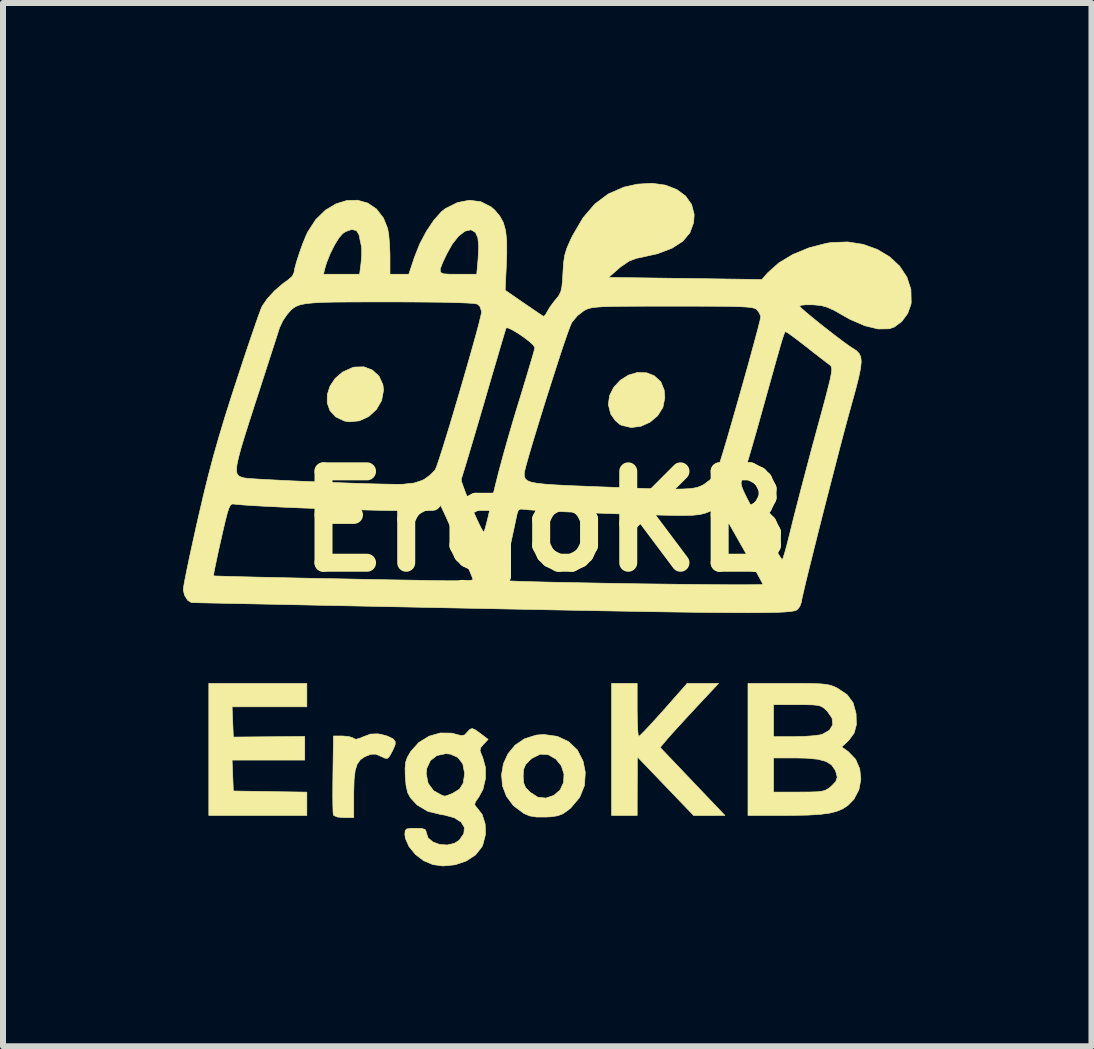
<source format=kicad_pcb>
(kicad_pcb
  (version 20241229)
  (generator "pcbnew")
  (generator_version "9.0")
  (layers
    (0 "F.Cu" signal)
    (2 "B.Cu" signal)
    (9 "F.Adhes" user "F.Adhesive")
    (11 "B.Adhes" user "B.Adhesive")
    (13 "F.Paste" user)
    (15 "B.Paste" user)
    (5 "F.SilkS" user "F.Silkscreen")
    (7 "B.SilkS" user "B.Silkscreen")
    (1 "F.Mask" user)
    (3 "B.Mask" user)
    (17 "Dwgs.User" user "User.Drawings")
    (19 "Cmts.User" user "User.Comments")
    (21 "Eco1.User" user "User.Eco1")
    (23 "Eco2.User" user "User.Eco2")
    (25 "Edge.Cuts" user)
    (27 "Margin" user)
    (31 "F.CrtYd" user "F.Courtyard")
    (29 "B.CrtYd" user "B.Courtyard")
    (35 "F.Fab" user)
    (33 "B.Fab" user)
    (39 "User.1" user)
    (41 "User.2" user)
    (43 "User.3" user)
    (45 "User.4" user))
  (footprint "ErgoKB"
    (layer "F.Cu")
    (at 6.044 5.642)
    (property "Reference" "ErgoKB" (at 0 0 0) (layer "F.SilkS") (effects (font (size 1.524 1.524) (thickness 0.3))))
    (attr through_hole)
    (fp_poly (pts (xy -3.979 3.091) (xy -5.225 3.091) (xy -5.204 3.595) (xy -4.014 3.585) (xy -4.014 3.979) (xy -5.225 3.979) (xy -5.204 4.494) (xy -4.592 4.504) (xy -3.979 4.513) (xy -3.979 4.902) (xy -5.613 4.902) (xy -5.613 2.7) (xy -3.979 2.7) (xy -3.979 3.091)) (stroke (width 0.01) (type solid)) (fill yes) (layer "F.SilkS"))
    (fp_poly (pts (xy -2.885 -2.522) (xy -2.775 -2.42) (xy -2.711 -2.28) (xy -2.7 -2.189) (xy -2.732 -2.015) (xy -2.819 -1.865) (xy -2.947 -1.749) (xy -3.102 -1.677) (xy -3.272 -1.66) (xy -3.353 -1.674) (xy -3.498 -1.742) (xy -3.593 -1.846) (xy -3.639 -1.973) (xy -3.638 -2.114) (xy -3.593 -2.254) (xy -3.507 -2.384) (xy -3.38 -2.492) (xy -3.215 -2.565) (xy -3.185 -2.573) (xy -3.026 -2.577) (xy -2.885 -2.522)) (stroke (width 0.01) (type solid)) (fill yes) (layer "F.SilkS"))
    (fp_poly (pts (xy 1.689 -2.477) (xy 1.812 -2.428) (xy 1.921 -2.329) (xy 1.978 -2.189) (xy 1.989 -2.064) (xy 1.957 -1.902) (xy 1.87 -1.762) (xy 1.742 -1.654) (xy 1.589 -1.585) (xy 1.426 -1.565) (xy 1.266 -1.603) (xy 1.239 -1.616) (xy 1.162 -1.683) (xy 1.094 -1.779) (xy 1.086 -1.794) (xy 1.047 -1.948) (xy 1.068 -2.099) (xy 1.138 -2.237) (xy 1.247 -2.354) (xy 1.382 -2.439) (xy 1.533 -2.483) (xy 1.689 -2.477)) (stroke (width 0.01) (type solid)) (fill yes) (layer "F.SilkS"))
    (fp_poly (pts (xy 1.528 3.144) (xy 1.53 3.312) (xy 1.535 3.45) (xy 1.543 3.546) (xy 1.553 3.585) (xy 1.554 3.586) (xy 1.585 3.559) (xy 1.655 3.489) (xy 1.755 3.382) (xy 1.876 3.249) (xy 1.972 3.142) (xy 2.362 2.7) (xy 2.885 2.7) (xy 2.517 3.093) (xy 2.377 3.244) (xy 2.244 3.389) (xy 2.13 3.514) (xy 2.049 3.605) (xy 2.03 3.627) (xy 1.911 3.768) (xy 2.451 4.335) (xy 2.991 4.902) (xy 2.73 4.903) (xy 2.469 4.903) (xy 1.531 3.925) (xy 1.529 4.414) (xy 1.528 4.902) (xy 1.101 4.902) (xy 1.101 2.7) (xy 1.528 2.7) (xy 1.528 3.144)) (stroke (width 0.01) (type solid)) (fill yes) (layer "F.SilkS"))
    (fp_poly (pts (xy -2.741 3.55) (xy -2.633 3.58) (xy -2.55 3.62) (xy -2.533 3.633) (xy -2.505 3.673) (xy -2.507 3.723) (xy -2.542 3.805) (xy -2.554 3.83) (xy -2.602 3.917) (xy -2.638 3.952) (xy -2.683 3.945) (xy -2.726 3.924) (xy -2.83 3.88) (xy -2.916 3.882) (xy -3.014 3.923) (xy -3.088 3.974) (xy -3.14 4.047) (xy -3.173 4.152) (xy -3.191 4.303) (xy -3.197 4.511) (xy -3.197 4.549) (xy -3.197 4.938) (xy -3.358 4.938) (xy -3.47 4.928) (xy -3.531 4.901) (xy -3.537 4.892) (xy -3.542 4.843) (xy -3.545 4.736) (xy -3.547 4.582) (xy -3.546 4.394) (xy -3.544 4.212) (xy -3.535 3.577) (xy -3.38 3.577) (xy -3.28 3.586) (xy -3.213 3.607) (xy -3.201 3.617) (xy -3.16 3.633) (xy -3.077 3.608) (xy -3.036 3.589) (xy -2.916 3.545) (xy -2.8 3.541) (xy -2.741 3.55)) (stroke (width 0.01) (type solid)) (fill yes) (layer "F.SilkS"))
    (fp_poly (pts (xy 0.196 3.583) (xy 0.385 3.671) (xy 0.531 3.811) (xy 0.626 3.997) (xy 0.663 4.181) (xy 0.649 4.403) (xy 0.568 4.602) (xy 0.421 4.776) (xy 0.38 4.81) (xy 0.292 4.872) (xy 0.204 4.907) (xy 0.09 4.924) (xy 0.007 4.928) (xy -0.15 4.928) (xy -0.266 4.909) (xy -0.36 4.869) (xy -0.534 4.74) (xy -0.652 4.582) (xy -0.718 4.406) (xy -0.731 4.245) (xy -0.373 4.245) (xy -0.365 4.359) (xy -0.331 4.438) (xy -0.257 4.515) (xy -0.127 4.598) (xy 0.006 4.612) (xy 0.139 4.567) (xy 0.244 4.476) (xy 0.301 4.352) (xy 0.308 4.212) (xy 0.264 4.075) (xy 0.174 3.963) (xy 0.042 3.887) (xy -0.09 3.881) (xy -0.222 3.947) (xy -0.257 3.976) (xy -0.332 4.054) (xy -0.365 4.133) (xy -0.373 4.245) (xy -0.731 4.245) (xy -0.733 4.221) (xy -0.702 4.04) (xy -0.625 3.873) (xy -0.507 3.73) (xy -0.349 3.623) (xy -0.155 3.562) (xy -0.03 3.552) (xy 0.196 3.583)) (stroke (width 0.01) (type solid)) (fill yes) (layer "F.SilkS"))
    (fp_poly (pts (xy 4.279 2.7) (xy 4.456 2.703) (xy 4.586 2.708) (xy 4.681 2.718) (xy 4.752 2.732) (xy 4.811 2.754) (xy 4.866 2.78) (xy 5.027 2.888) (xy 5.127 3.022) (xy 5.175 3.195) (xy 5.177 3.209) (xy 5.182 3.389) (xy 5.145 3.528) (xy 5.06 3.644) (xy 5.042 3.662) (xy 4.937 3.76) (xy 5.048 3.839) (xy 5.169 3.965) (xy 5.238 4.124) (xy 5.257 4.299) (xy 5.224 4.474) (xy 5.141 4.632) (xy 5.039 4.736) (xy 4.954 4.791) (xy 4.855 4.833) (xy 4.733 4.864) (xy 4.577 4.884) (xy 4.375 4.896) (xy 4.118 4.901) (xy 3.988 4.902) (xy 3.375 4.902) (xy 3.375 3.943) (xy 3.801 3.943) (xy 3.801 4.512) (xy 4.225 4.512) (xy 4.406 4.511) (xy 4.531 4.507) (xy 4.616 4.496) (xy 4.675 4.477) (xy 4.724 4.447) (xy 4.758 4.42) (xy 4.838 4.338) (xy 4.863 4.263) (xy 4.838 4.168) (xy 4.826 4.142) (xy 4.769 4.06) (xy 4.677 4.002) (xy 4.54 3.965) (xy 4.351 3.947) (xy 4.178 3.943) (xy 3.801 3.943) (xy 3.375 3.943) (xy 3.375 3.055) (xy 3.801 3.055) (xy 3.801 3.588) (xy 4.151 3.588) (xy 4.315 3.584) (xy 4.465 3.573) (xy 4.578 3.558) (xy 4.614 3.549) (xy 4.733 3.481) (xy 4.788 3.389) (xy 4.777 3.28) (xy 4.697 3.164) (xy 4.692 3.159) (xy 4.644 3.114) (xy 4.598 3.084) (xy 4.539 3.066) (xy 4.45 3.058) (xy 4.316 3.055) (xy 4.195 3.055) (xy 3.801 3.055) (xy 3.375 3.055) (xy 3.375 2.7) (xy 4.042 2.7) (xy 4.279 2.7)) (stroke (width 0.01) (type solid)) (fill yes) (layer "F.SilkS"))
    (fp_poly (pts (xy -1.163 3.479) (xy -1.08 3.54) (xy -0.957 3.634) (xy -1.034 3.716) (xy -1.081 3.772) (xy -1.092 3.82) (xy -1.068 3.888) (xy -1.049 3.929) (xy -1.002 4.098) (xy -1.001 4.286) (xy -1.043 4.467) (xy -1.111 4.593) (xy -1.168 4.674) (xy -1.182 4.721) (xy -1.159 4.756) (xy -1.151 4.763) (xy -1.057 4.884) (xy -1.006 5.044) (xy -1.001 5.22) (xy -1.046 5.393) (xy -1.062 5.428) (xy -1.167 5.56) (xy -1.321 5.661) (xy -1.507 5.724) (xy -1.708 5.744) (xy -1.878 5.721) (xy -2.032 5.656) (xy -2.17 5.55) (xy -2.276 5.42) (xy -2.337 5.282) (xy -2.345 5.217) (xy -2.34 5.157) (xy -2.315 5.127) (xy -2.251 5.117) (xy -2.167 5.116) (xy -2.06 5.119) (xy -2.007 5.136) (xy -1.99 5.171) (xy -1.989 5.184) (xy -1.958 5.276) (xy -1.877 5.344) (xy -1.765 5.385) (xy -1.64 5.394) (xy -1.52 5.367) (xy -1.437 5.313) (xy -1.362 5.204) (xy -1.353 5.101) (xy -1.407 5.012) (xy -1.519 4.941) (xy -1.685 4.895) (xy -1.736 4.888) (xy -1.961 4.834) (xy -2.142 4.726) (xy -2.252 4.607) (xy -2.298 4.521) (xy -2.325 4.402) (xy -2.338 4.252) (xy -2.339 4.206) (xy -1.989 4.206) (xy -1.957 4.366) (xy -1.866 4.489) (xy -1.723 4.568) (xy -1.677 4.58) (xy -1.641 4.57) (xy -1.566 4.54) (xy -1.547 4.532) (xy -1.434 4.463) (xy -1.372 4.363) (xy -1.35 4.216) (xy -1.35 4.193) (xy -1.379 4.042) (xy -1.46 3.935) (xy -1.588 3.879) (xy -1.663 3.872) (xy -1.812 3.903) (xy -1.92 3.988) (xy -1.98 4.118) (xy -1.989 4.206) (xy -2.339 4.206) (xy -2.341 4.112) (xy -2.332 4.014) (xy -2.304 3.934) (xy -2.251 3.842) (xy -2.245 3.834) (xy -2.113 3.686) (xy -1.943 3.581) (xy -1.754 3.527) (xy -1.564 3.529) (xy -1.486 3.55) (xy -1.401 3.572) (xy -1.348 3.559) (xy -1.309 3.518) (xy -1.261 3.466) (xy -1.22 3.453) (xy -1.163 3.479)) (stroke (width 0.01) (type solid)) (fill yes) (layer "F.SilkS"))
    (fp_poly (pts (xy 1.999 -5.606) (xy 2.188 -5.533) (xy 2.335 -5.424) (xy 2.435 -5.284) (xy 2.478 -5.118) (xy 2.469 -4.981) (xy 2.407 -4.812) (xy 2.288 -4.67) (xy 2.11 -4.555) (xy 1.869 -4.463) (xy 1.564 -4.395) (xy 1.523 -4.388) (xy 1.396 -4.341) (xy 1.252 -4.243) (xy 1.223 -4.218) (xy 1.052 -4.068) (xy 3.606 -4.032) (xy 3.704 -4.144) (xy 3.886 -4.307) (xy 4.121 -4.449) (xy 4.392 -4.561) (xy 4.681 -4.636) (xy 4.763 -4.649) (xy 5.037 -4.659) (xy 5.295 -4.619) (xy 5.531 -4.534) (xy 5.737 -4.411) (xy 5.904 -4.255) (xy 6.024 -4.072) (xy 6.091 -3.868) (xy 6.096 -3.65) (xy 6.092 -3.62) (xy 6.038 -3.467) (xy 5.94 -3.334) (xy 5.816 -3.241) (xy 5.73 -3.211) (xy 5.543 -3.208) (xy 5.323 -3.262) (xy 5.077 -3.368) (xy 4.956 -3.436) (xy 4.811 -3.519) (xy 4.7 -3.569) (xy 4.6 -3.597) (xy 4.485 -3.609) (xy 4.451 -3.611) (xy 4.336 -3.611) (xy 4.258 -3.603) (xy 4.234 -3.589) (xy 4.265 -3.555) (xy 4.341 -3.488) (xy 4.45 -3.397) (xy 4.58 -3.292) (xy 4.72 -3.182) (xy 4.856 -3.077) (xy 4.977 -2.986) (xy 5.072 -2.918) (xy 5.114 -2.891) (xy 5.18 -2.848) (xy 5.227 -2.801) (xy 5.255 -2.743) (xy 5.263 -2.663) (xy 5.252 -2.552) (xy 5.221 -2.401) (xy 5.17 -2.2) (xy 5.098 -1.941) (xy 5.097 -1.936) (xy 5.043 -1.74) (xy 4.98 -1.506) (xy 4.91 -1.241) (xy 4.836 -0.954) (xy 4.758 -0.653) (xy 4.679 -0.346) (xy 4.601 -0.041) (xy 4.527 0.253) (xy 4.458 0.53) (xy 4.396 0.779) (xy 4.343 0.994) (xy 4.303 1.166) (xy 4.275 1.287) (xy 4.264 1.349) (xy 4.263 1.353) (xy 4.238 1.42) (xy 4.198 1.469) (xy 4.181 1.48) (xy 4.152 1.49) (xy 4.11 1.498) (xy 4.05 1.505) (xy 3.969 1.511) (xy 3.865 1.516) (xy 3.734 1.519) (xy 3.573 1.521) (xy 3.378 1.522) (xy 3.148 1.521) (xy 2.877 1.519) (xy 2.564 1.516) (xy 2.205 1.511) (xy 1.797 1.505) (xy 1.337 1.497) (xy 0.822 1.488) (xy 0.248 1.477) (xy -0.388 1.465) (xy -1.089 1.451) (xy -1.812 1.437) (xy -2.343 1.426) (xy -2.855 1.416) (xy -3.343 1.406) (xy -3.801 1.397) (xy -4.227 1.388) (xy -4.614 1.38) (xy -4.96 1.373) (xy -5.258 1.367) (xy -5.506 1.362) (xy -5.697 1.358) (xy -5.829 1.355) (xy -5.896 1.353) (xy -5.903 1.353) (xy -5.965 1.315) (xy -6.016 1.235) (xy -6.039 1.143) (xy -6.039 1.138) (xy -6.031 1.08) (xy -6.01 0.961) (xy -5.999 0.907) (xy -5.534 0.907) (xy -5.498 0.91) (xy -5.399 0.913) (xy -5.242 0.918) (xy -5.037 0.923) (xy -4.791 0.929) (xy -4.51 0.935) (xy -4.202 0.942) (xy -3.875 0.949) (xy -3.535 0.955) (xy -3.191 0.962) (xy -2.849 0.969) (xy -2.517 0.975) (xy -2.202 0.98) (xy -1.912 0.985) (xy -1.654 0.989) (xy -1.643 0.989) (xy -1.477 0.989) (xy -1.34 0.986) (xy -1.246 0.981) (xy -1.232 0.978) (xy -0.698 0.978) (xy -0.697 0.984) (xy -0.659 0.989) (xy -0.557 0.994) (xy -0.399 1) (xy -0.194 1.006) (xy 0.053 1.012) (xy 0.333 1.018) (xy 0.638 1.024) (xy 0.963 1.03) (xy 1.298 1.036) (xy 1.637 1.041) (xy 1.972 1.045) (xy 2.296 1.049) (xy 2.601 1.052) (xy 2.88 1.055) (xy 3.126 1.056) (xy 3.33 1.056) (xy 3.486 1.055) (xy 3.587 1.053) (xy 3.623 1.049) (xy 3.623 1.049) (xy 3.607 1.014) (xy 3.56 0.927) (xy 3.489 0.798) (xy 3.398 0.634) (xy 3.292 0.447) (xy 3.263 0.396) (xy 2.903 -0.24) (xy 2.739 -0.167) (xy 2.656 -0.135) (xy 2.568 -0.114) (xy 2.458 -0.103) (xy 2.309 -0.099) (xy 2.149 -0.1) (xy 1.955 -0.104) (xy 1.723 -0.11) (xy 1.465 -0.117) (xy 1.191 -0.127) (xy 0.91 -0.137) (xy 0.635 -0.147) (xy 0.375 -0.158) (xy 0.14 -0.169) (xy -0.059 -0.179) (xy -0.211 -0.188) (xy -0.307 -0.196) (xy -0.325 -0.198) (xy -0.412 -0.206) (xy -0.454 -0.186) (xy -0.474 -0.125) (xy -0.476 -0.118) (xy -0.491 -0.047) (xy -0.517 0.077) (xy -0.552 0.239) (xy -0.592 0.423) (xy -0.603 0.477) (xy -0.641 0.654) (xy -0.67 0.805) (xy -0.69 0.917) (xy -0.698 0.978) (xy -1.232 0.978) (xy -1.208 0.972) (xy -1.208 0.972) (xy -1.221 0.933) (xy -1.258 0.843) (xy -1.313 0.713) (xy -1.381 0.556) (xy -1.455 0.385) (xy -1.531 0.213) (xy -1.602 0.052) (xy -1.663 -0.084) (xy -1.71 -0.184) (xy -1.727 -0.22) (xy -1.776 -0.316) (xy -1.944 -0.241) (xy -1.996 -0.22) (xy -2.047 -0.203) (xy -2.108 -0.191) (xy -2.186 -0.183) (xy -2.291 -0.179) (xy -2.432 -0.179) (xy -2.618 -0.181) (xy -2.858 -0.187) (xy -3.108 -0.193) (xy -3.442 -0.203) (xy -3.773 -0.214) (xy -4.09 -0.225) (xy -4.386 -0.238) (xy -4.652 -0.251) (xy -4.877 -0.263) (xy -5.053 -0.275) (xy -5.172 -0.286) (xy -5.204 -0.29) (xy -5.23 -0.289) (xy -5.254 -0.268) (xy -5.278 -0.22) (xy -5.306 -0.134) (xy -5.34 -0.001) (xy -5.384 0.187) (xy -5.409 0.298) (xy -5.453 0.493) (xy -5.489 0.664) (xy -5.517 0.797) (xy -5.532 0.882) (xy -5.534 0.907) (xy -5.999 0.907) (xy -5.976 0.792) (xy -5.932 0.582) (xy -5.879 0.339) (xy -5.821 0.075) (xy -5.794 -0.042) (xy -5.706 -0.421) (xy -5.622 -0.764) (xy -5.597 -0.857) (xy -5.152 -0.857) (xy -5.144 -0.8) (xy -5.12 -0.764) (xy -5.083 -0.742) (xy -5.033 -0.727) (xy -5.028 -0.726) (xy -4.969 -0.718) (xy -4.849 -0.709) (xy -4.678 -0.699) (xy -4.466 -0.688) (xy -4.224 -0.676) (xy -3.961 -0.665) (xy -3.689 -0.654) (xy -3.416 -0.644) (xy -3.154 -0.635) (xy -2.911 -0.627) (xy -2.699 -0.622) (xy -2.528 -0.619) (xy -2.407 -0.619) (xy -2.375 -0.62) (xy -2.19 -0.64) (xy -2.053 -0.685) (xy -2.015 -0.706) (xy -1.406 -0.706) (xy -1.4 -0.664) (xy -1.369 -0.574) (xy -1.322 -0.45) (xy -1.263 -0.307) (xy -1.2 -0.16) (xy -1.138 -0.023) (xy -1.085 0.088) (xy -1.045 0.16) (xy -1.029 0.178) (xy -1.015 0.145) (xy -0.989 0.054) (xy -0.955 -0.083) (xy -0.916 -0.255) (xy -0.888 -0.382) (xy -0.844 -0.573) (xy -0.788 -0.795) (xy -0.355 -0.795) (xy -0.352 -0.747) (xy -0.336 -0.709) (xy -0.301 -0.679) (xy -0.24 -0.655) (xy -0.144 -0.636) (xy -0.007 -0.621) (xy 0.178 -0.608) (xy 0.42 -0.596) (xy 0.724 -0.584) (xy 0.743 -0.583) (xy 1.138 -0.568) (xy 1.469 -0.555) (xy 1.742 -0.546) (xy 1.964 -0.54) (xy 2.14 -0.538) (xy 2.278 -0.54) (xy 2.385 -0.545) (xy 2.465 -0.554) (xy 2.527 -0.567) (xy 2.577 -0.584) (xy 2.62 -0.605) (xy 2.645 -0.619) (xy 2.672 -0.639) (xy 3.26 -0.639) (xy 3.269 -0.587) (xy 3.299 -0.509) (xy 3.353 -0.397) (xy 3.435 -0.241) (xy 3.549 -0.034) (xy 3.578 0.017) (xy 3.685 0.206) (xy 3.78 0.372) (xy 3.859 0.506) (xy 3.915 0.597) (xy 3.944 0.638) (xy 3.946 0.639) (xy 3.961 0.607) (xy 3.989 0.517) (xy 4.026 0.381) (xy 4.069 0.211) (xy 4.097 0.098) (xy 4.141 -0.081) (xy 4.201 -0.313) (xy 4.271 -0.584) (xy 4.349 -0.879) (xy 4.429 -1.182) (xy 4.51 -1.479) (xy 4.516 -1.503) (xy 4.597 -1.8) (xy 4.661 -2.036) (xy 4.708 -2.219) (xy 4.742 -2.355) (xy 4.762 -2.453) (xy 4.771 -2.519) (xy 4.77 -2.562) (xy 4.76 -2.588) (xy 4.744 -2.605) (xy 4.735 -2.612) (xy 4.679 -2.653) (xy 4.582 -2.728) (xy 4.458 -2.824) (xy 4.348 -2.911) (xy 4.22 -3.01) (xy 4.112 -3.091) (xy 4.037 -3.144) (xy 4.006 -3.161) (xy 3.999 -3.161) (xy 3.992 -3.155) (xy 3.982 -3.137) (xy 3.969 -3.101) (xy 3.949 -3.041) (xy 3.922 -2.952) (xy 3.886 -2.825) (xy 3.838 -2.656) (xy 3.777 -2.438) (xy 3.701 -2.166) (xy 3.608 -1.832) (xy 3.589 -1.765) (xy 3.516 -1.504) (xy 3.447 -1.263) (xy 3.385 -1.051) (xy 3.334 -0.877) (xy 3.295 -0.751) (xy 3.271 -0.682) (xy 3.267 -0.673) (xy 3.26 -0.639) (xy 2.672 -0.639) (xy 2.749 -0.698) (xy 2.834 -0.792) (xy 2.853 -0.823) (xy 2.874 -0.879) (xy 2.91 -0.993) (xy 2.96 -1.155) (xy 3.02 -1.356) (xy 3.087 -1.586) (xy 3.159 -1.837) (xy 3.233 -2.097) (xy 3.307 -2.359) (xy 3.378 -2.611) (xy 3.442 -2.846) (xy 3.498 -3.052) (xy 3.543 -3.221) (xy 3.574 -3.344) (xy 3.587 -3.409) (xy 3.588 -3.416) (xy 3.566 -3.473) (xy 3.529 -3.523) (xy 3.51 -3.54) (xy 3.482 -3.553) (xy 3.438 -3.564) (xy 3.371 -3.572) (xy 3.275 -3.578) (xy 3.141 -3.583) (xy 2.963 -3.586) (xy 2.735 -3.587) (xy 2.45 -3.588) (xy 2.122 -3.588) (xy 1.776 -3.588) (xy 1.494 -3.587) (xy 1.269 -3.586) (xy 1.092 -3.583) (xy 0.958 -3.579) (xy 0.857 -3.572) (xy 0.784 -3.564) (xy 0.73 -3.552) (xy 0.688 -3.538) (xy 0.652 -3.519) (xy 0.64 -3.513) (xy 0.534 -3.431) (xy 0.446 -3.328) (xy 0.434 -3.308) (xy 0.407 -3.244) (xy 0.363 -3.124) (xy 0.305 -2.956) (xy 0.237 -2.752) (xy 0.162 -2.519) (xy 0.082 -2.269) (xy -0.000047 -2.011) (xy -0.08 -1.754) (xy -0.155 -1.509) (xy -0.223 -1.285) (xy -0.28 -1.091) (xy -0.323 -0.938) (xy -0.349 -0.835) (xy -0.355 -0.795) (xy -0.788 -0.795) (xy -0.783 -0.815) (xy -0.709 -1.091) (xy -0.626 -1.386) (xy -0.54 -1.681) (xy -0.474 -1.9) (xy -0.397 -2.15) (xy -0.328 -2.378) (xy -0.269 -2.575) (xy -0.222 -2.733) (xy -0.191 -2.843) (xy -0.178 -2.895) (xy -0.178 -2.897) (xy -0.204 -2.938) (xy -0.27 -3) (xy -0.362 -3.07) (xy -0.463 -3.139) (xy -0.557 -3.194) (xy -0.627 -3.226) (xy -0.658 -3.224) (xy -0.671 -3.181) (xy -0.702 -3.077) (xy -0.749 -2.921) (xy -0.807 -2.721) (xy -0.877 -2.485) (xy -0.954 -2.221) (xy -1.03 -1.959) (xy -1.113 -1.676) (xy -1.19 -1.415) (xy -1.259 -1.183) (xy -1.317 -0.988) (xy -1.363 -0.838) (xy -1.393 -0.741) (xy -1.406 -0.706) (xy -2.015 -0.706) (xy -2.014 -0.706) (xy -1.92 -0.776) (xy -1.847 -0.85) (xy -1.838 -0.862) (xy -1.816 -0.915) (xy -1.777 -1.028) (xy -1.725 -1.189) (xy -1.662 -1.391) (xy -1.591 -1.622) (xy -1.516 -1.874) (xy -1.438 -2.138) (xy -1.361 -2.403) (xy -1.287 -2.66) (xy -1.219 -2.899) (xy -1.16 -3.111) (xy -1.113 -3.286) (xy -1.081 -3.416) (xy -1.066 -3.489) (xy -1.066 -3.498) (xy -1.093 -3.583) (xy -1.134 -3.622) (xy -1.19 -3.633) (xy -1.314 -3.641) (xy -1.504 -3.648) (xy -1.758 -3.654) (xy -2.072 -3.657) (xy -2.444 -3.659) (xy -2.61 -3.659) (xy -2.978 -3.659) (xy -3.282 -3.658) (xy -3.529 -3.656) (xy -3.726 -3.651) (xy -3.88 -3.642) (xy -3.997 -3.63) (xy -4.086 -3.612) (xy -4.152 -3.588) (xy -4.203 -3.558) (xy -4.246 -3.52) (xy -4.288 -3.473) (xy -4.309 -3.448) (xy -4.38 -3.344) (xy -4.432 -3.233) (xy -4.435 -3.225) (xy -4.455 -3.163) (xy -4.493 -3.043) (xy -4.548 -2.874) (xy -4.616 -2.664) (xy -4.694 -2.422) (xy -4.779 -2.158) (xy -4.831 -1.999) (xy -4.934 -1.679) (xy -5.016 -1.42) (xy -5.078 -1.215) (xy -5.12 -1.057) (xy -5.145 -0.94) (xy -5.152 -0.857) (xy -5.597 -0.857) (xy -5.536 -1.089) (xy -5.442 -1.417) (xy -5.337 -1.766) (xy -5.213 -2.156) (xy -5.168 -2.293) (xy -5.076 -2.574) (xy -4.989 -2.837) (xy -4.908 -3.075) (xy -4.838 -3.279) (xy -4.782 -3.439) (xy -4.741 -3.547) (xy -4.724 -3.588) (xy -4.64 -3.71) (xy -4.517 -3.844) (xy -4.376 -3.966) (xy -4.29 -4.027) (xy -4.221 -4.087) (xy -4.205 -4.121) (xy -3.702 -4.121) (xy -3.099 -4.121) (xy -3.075 -4.311) (xy -3.065 -4.439) (xy -3.066 -4.552) (xy -3.071 -4.595) (xy -3.094 -4.705) (xy -3.109 -4.778) (xy -3.152 -4.848) (xy -3.23 -4.867) (xy -3.331 -4.832) (xy -3.382 -4.798) (xy -3.446 -4.724) (xy -3.519 -4.604) (xy -3.591 -4.46) (xy -3.65 -4.312) (xy -3.678 -4.219) (xy -3.702 -4.121) (xy -4.205 -4.121) (xy -4.192 -4.15) (xy -4.192 -4.151) (xy -4.179 -4.223) (xy -4.147 -4.339) (xy -4.101 -4.48) (xy -4.049 -4.626) (xy -3.997 -4.754) (xy -3.963 -4.827) (xy -3.829 -5.033) (xy -3.669 -5.189) (xy -3.493 -5.294) (xy -3.311 -5.35) (xy -3.132 -5.354) (xy -2.964 -5.307) (xy -2.818 -5.208) (xy -2.701 -5.056) (xy -2.632 -4.885) (xy -2.614 -4.782) (xy -2.601 -4.635) (xy -2.594 -4.473) (xy -2.593 -4.432) (xy -2.593 -4.121) (xy -2.279 -4.121) (xy -2.249 -4.211) (xy -1.755 -4.211) (xy -1.753 -4.154) (xy -1.705 -4.128) (xy -1.605 -4.121) (xy -1.464 -4.121) (xy -1.147 -4.121) (xy -1.124 -4.378) (xy -1.114 -4.584) (xy -1.128 -4.728) (xy -1.168 -4.817) (xy -1.234 -4.857) (xy -1.249 -4.86) (xy -1.344 -4.838) (xy -1.449 -4.756) (xy -1.553 -4.626) (xy -1.645 -4.462) (xy -1.717 -4.31) (xy -1.755 -4.211) (xy -2.249 -4.211) (xy -2.184 -4.407) (xy -2.097 -4.626) (xy -1.986 -4.835) (xy -1.864 -5.018) (xy -1.74 -5.158) (xy -1.673 -5.213) (xy -1.47 -5.315) (xy -1.269 -5.354) (xy -1.078 -5.329) (xy -0.908 -5.243) (xy -0.847 -5.19) (xy -0.763 -5.091) (xy -0.703 -4.982) (xy -0.666 -4.85) (xy -0.647 -4.682) (xy -0.646 -4.464) (xy -0.652 -4.298) (xy -0.673 -3.854) (xy -0.364 -3.641) (xy -0.235 -3.553) (xy -0.128 -3.48) (xy -0.056 -3.432) (xy -0.034 -3.418) (xy -0.005 -3.439) (xy 0.027 -3.494) (xy 0.075 -3.575) (xy 0.147 -3.672) (xy 0.17 -3.699) (xy 0.221 -3.762) (xy 0.253 -3.825) (xy 0.272 -3.906) (xy 0.284 -4.025) (xy 0.29 -4.145) (xy 0.301 -4.312) (xy 0.32 -4.438) (xy 0.355 -4.553) (xy 0.413 -4.686) (xy 0.453 -4.768) (xy 0.625 -5.061) (xy 0.821 -5.29) (xy 1.046 -5.459) (xy 1.305 -5.572) (xy 1.528 -5.622) (xy 1.776 -5.637) (xy 1.999 -5.606)) (stroke (width 0.01) (type solid)) (fill yes) (layer "F.SilkS")))
  (gr_rect
    (start -3 -3)
    (end 15.145 14.391)
    (stroke (width 0.1) (type default))
    (fill no)
    (layer "Edge.Cuts")))
</source>
